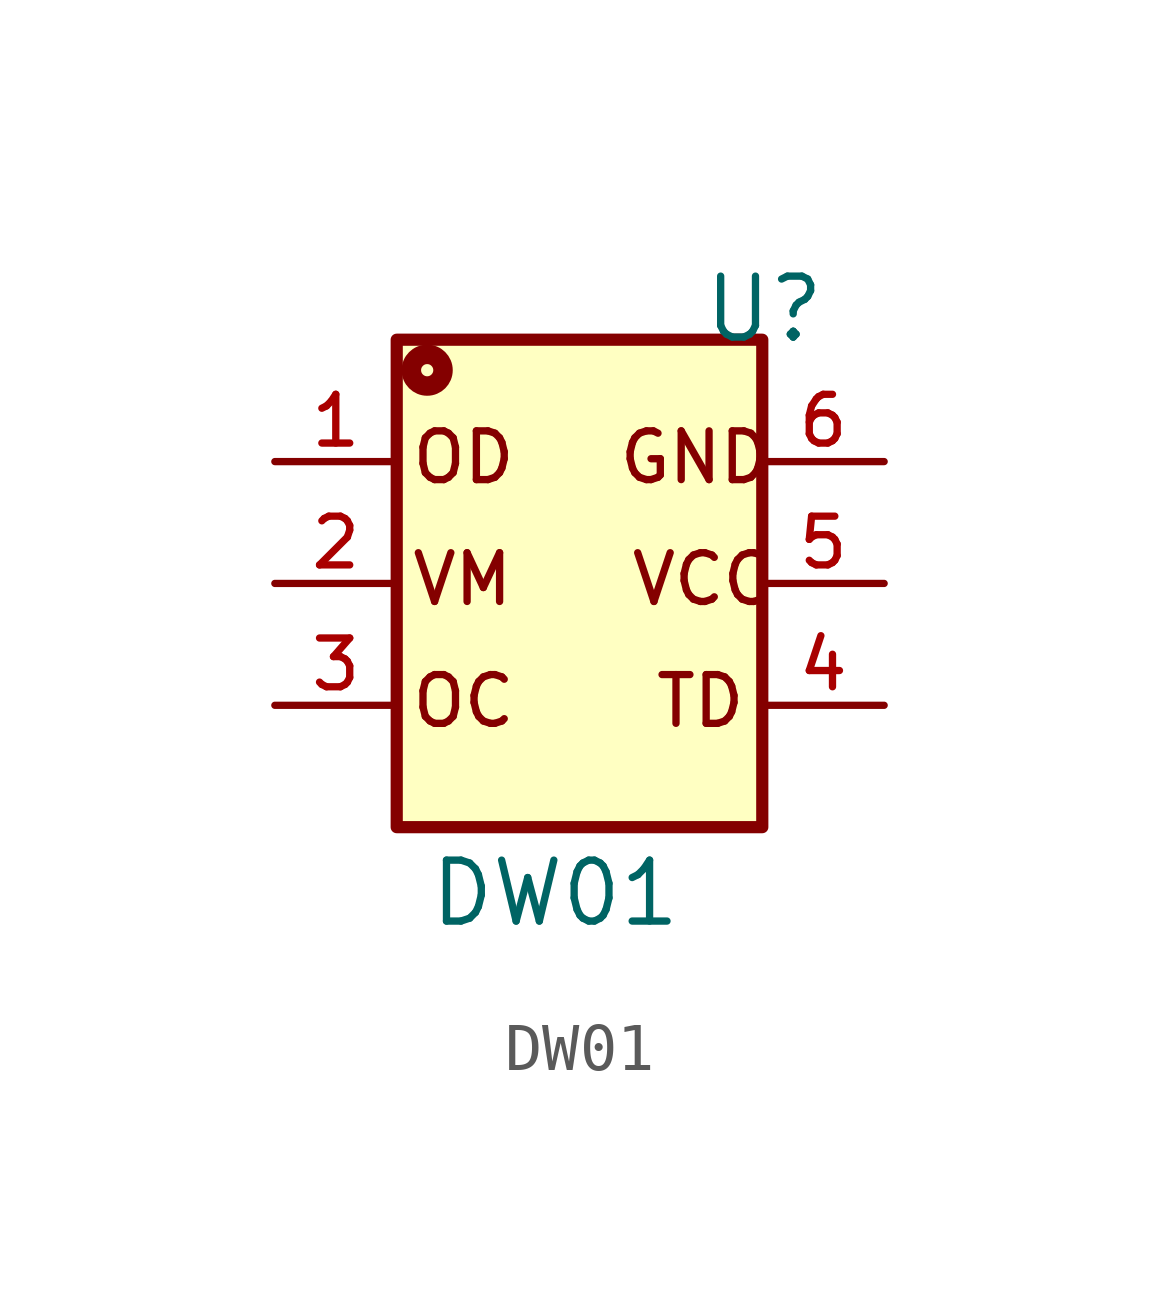
<source format=kicad_sym>
(kicad_symbol_lib
  (version 20241209)
  (generator "kicad_symbol_editor")
  (generator_version "9.0")
  (symbol "DW01"
    (pin_names
      (offset 1.016))
    (property "Reference" "U"
      (at 6.35 5.715 0)
      (effects (font (size 1.27 1.27)) (justify left)))
    (property "Value" "DW01"
      (at 0.635 -5.715 0)
      (effects (font (size 1.27 1.27)) (justify left top)))
    (symbol "DW01_0_0"
      (rectangle (start 0 -5.08) (end 7.62 5.08) (stroke (width 0.254) (type default)) (fill (type background)))
      (circle (center 0.635 4.445) (radius 0.127) (stroke (width 0.406) (type default)) (fill (type none)))
      (text "OD" (at 0.254 2.032 0) (effects (font (size 1.016 1.016)) (justify left bottom)))
      (text "VM" (at 0.254 -0.508 0) (effects (font (size 1.016 1.016)) (justify left bottom)))
      (text "OC" (at 0.254 -3.048 0) (effects (font (size 1.016 1.016)) (justify left bottom)))
      (text "GND" (at 4.572 2.032 0) (effects (font (size 1.016 1.016)) (justify left bottom)))
      (text "VCC" (at 4.826 -0.508 0) (effects (font (size 1.016 1.016)) (justify left bottom)))
      (text "TD" (at 5.334 -3.048 0) (effects (font (size 1.016 1.016)) (justify left bottom)))
      (pin passive line (at -2.54 2.54 0) (length 2.54) (name "~" (effects (font (size 1.016 1.016)))) (number "1" (effects (font (size 1.016 1.016)))))
      (pin passive line (at -2.54 0 0) (length 2.54) (name "~" (effects (font (size 1.016 1.016)))) (number "2" (effects (font (size 1.016 1.016)))))
      (pin passive line (at -2.54 -2.54 0) (length 2.54) (name "~" (effects (font (size 1.016 1.016)))) (number "3" (effects (font (size 1.016 1.016)))))
      (pin passive line (at 10.16 2.54 180) (length 2.54) (name "~" (effects (font (size 1.016 1.016)))) (number "6" (effects (font (size 1.016 1.016)))))
      (pin passive line (at 10.16 0 180) (length 2.54) (name "~" (effects (font (size 1.016 1.016)))) (number "5" (effects (font (size 1.016 1.016)))))
      (pin passive line (at 10.16 -2.54 180) (length 2.54) (name "~" (effects (font (size 1.016 1.016)))) (number "4" (effects (font (size 1.016 1.016))))))))
</source>
